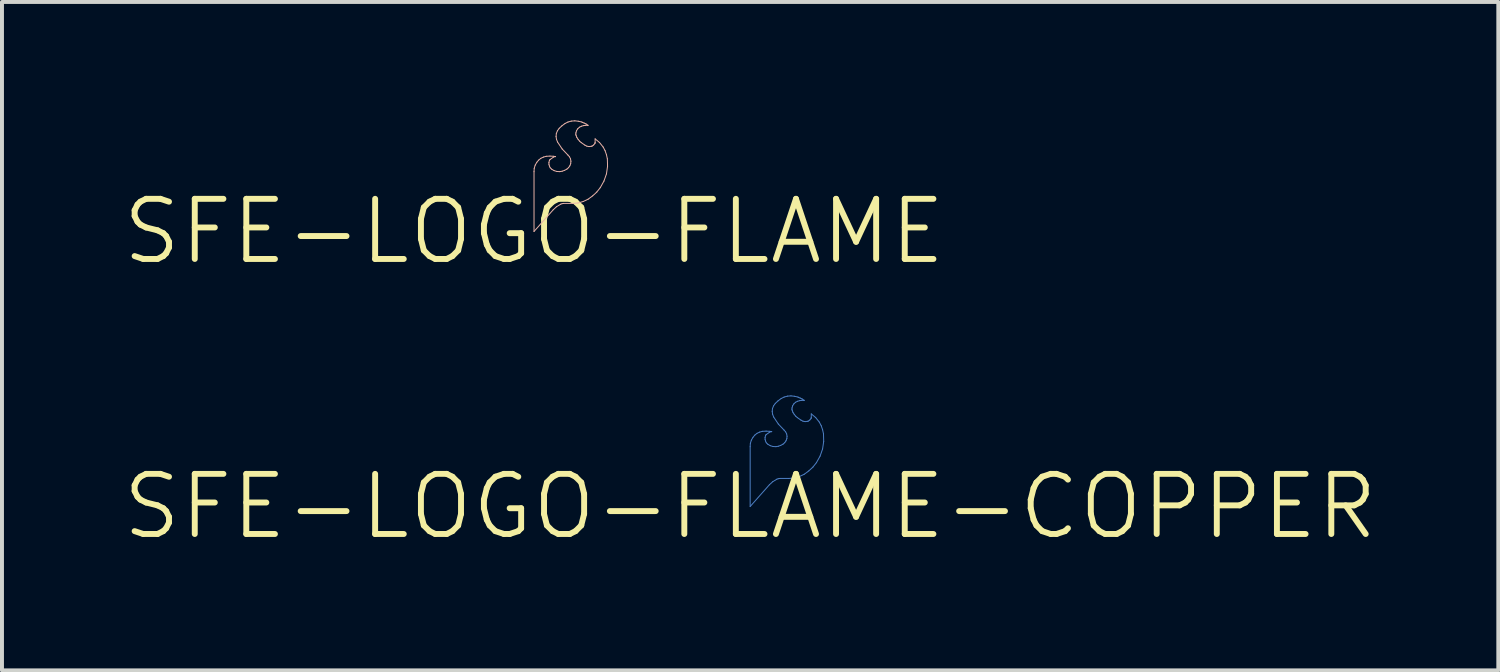
<source format=kicad_pcb>
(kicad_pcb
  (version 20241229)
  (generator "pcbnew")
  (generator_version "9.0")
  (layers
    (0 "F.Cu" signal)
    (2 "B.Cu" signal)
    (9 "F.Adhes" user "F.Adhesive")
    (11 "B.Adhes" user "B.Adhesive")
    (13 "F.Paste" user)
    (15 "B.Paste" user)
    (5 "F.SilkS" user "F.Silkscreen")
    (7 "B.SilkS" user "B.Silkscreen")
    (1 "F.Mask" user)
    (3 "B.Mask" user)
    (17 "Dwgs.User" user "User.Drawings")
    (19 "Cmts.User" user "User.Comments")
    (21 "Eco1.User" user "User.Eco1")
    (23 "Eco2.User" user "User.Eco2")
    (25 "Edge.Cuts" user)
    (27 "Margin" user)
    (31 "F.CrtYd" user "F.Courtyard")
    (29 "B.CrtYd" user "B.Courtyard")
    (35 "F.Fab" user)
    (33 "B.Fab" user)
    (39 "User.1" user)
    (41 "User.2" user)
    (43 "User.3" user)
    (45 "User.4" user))
  (footprint "SFE-LOGO-FLAME"
    (layer "F.Cu")
    (at 10.487 2.817)
    (property "Reference" "SFE-LOGO-FLAME" (at 0 0 0) (layer "F.SilkS") (effects (font (size 1.524 1.524) (thickness 0.15))))
    (attr exclude_from_pos_files exclude_from_bom)
    (fp_line (start 0 -1.516) (end 0 0) (stroke (width 0.025) (type solid)) (layer "B.SilkS"))
    (fp_line (start 0 0) (end 0.488 -0.551) (stroke (width 0.025) (type solid)) (layer "B.SilkS"))
    (fp_line (start 0.005 -1.6) (end 0 -1.516) (stroke (width 0.025) (type solid)) (layer "B.SilkS"))
    (fp_line (start 0.03 -1.681) (end 0.005 -1.6) (stroke (width 0.025) (type solid)) (layer "B.SilkS"))
    (fp_line (start 0.071 -1.753) (end 0.03 -1.681) (stroke (width 0.025) (type solid)) (layer "B.SilkS"))
    (fp_line (start 0.117 -1.808) (end 0.071 -1.753) (stroke (width 0.025) (type solid)) (layer "B.SilkS"))
    (fp_line (start 0.173 -1.854) (end 0.117 -1.808) (stroke (width 0.025) (type solid)) (layer "B.SilkS"))
    (fp_line (start 0.239 -1.885) (end 0.173 -1.854) (stroke (width 0.025) (type solid)) (layer "B.SilkS"))
    (fp_line (start 0.31 -1.905) (end 0.239 -1.885) (stroke (width 0.025) (type solid)) (layer "B.SilkS"))
    (fp_line (start 0.378 -1.75) (end 0.389 -1.796) (stroke (width 0.025) (type solid)) (layer "B.SilkS"))
    (fp_line (start 0.378 -1.704) (end 0.378 -1.75) (stroke (width 0.025) (type solid)) (layer "B.SilkS"))
    (fp_line (start 0.389 -1.796) (end 0.396 -1.811) (stroke (width 0.025) (type solid)) (layer "B.SilkS"))
    (fp_line (start 0.389 -1.661) (end 0.378 -1.704) (stroke (width 0.025) (type solid)) (layer "B.SilkS"))
    (fp_line (start 0.396 -1.811) (end 0.411 -1.826) (stroke (width 0.025) (type solid)) (layer "B.SilkS"))
    (fp_line (start 0.404 -1.91) (end 0.31 -1.905) (stroke (width 0.025) (type solid)) (layer "B.SilkS"))
    (fp_line (start 0.409 -1.615) (end 0.389 -1.661) (stroke (width 0.025) (type solid)) (layer "B.SilkS"))
    (fp_line (start 0.411 -1.826) (end 0.495 -1.885) (stroke (width 0.025) (type solid)) (layer "B.SilkS"))
    (fp_line (start 0.445 -1.58) (end 0.409 -1.615) (stroke (width 0.025) (type solid)) (layer "B.SilkS"))
    (fp_line (start 0.488 -0.551) (end 0.574 -0.63) (stroke (width 0.025) (type solid)) (layer "B.SilkS"))
    (fp_line (start 0.495 -1.885) (end 0.511 -1.895) (stroke (width 0.025) (type solid)) (layer "B.SilkS"))
    (fp_line (start 0.498 -1.905) (end 0.404 -1.91) (stroke (width 0.025) (type solid)) (layer "B.SilkS"))
    (fp_line (start 0.508 -1.542) (end 0.445 -1.58) (stroke (width 0.025) (type solid)) (layer "B.SilkS"))
    (fp_line (start 0.511 -1.895) (end 0.528 -1.897) (stroke (width 0.025) (type solid)) (layer "B.SilkS"))
    (fp_line (start 0.528 -1.897) (end 0.546 -1.897) (stroke (width 0.025) (type solid)) (layer "B.SilkS"))
    (fp_line (start 0.546 -1.897) (end 0.498 -1.905) (stroke (width 0.025) (type solid)) (layer "B.SilkS"))
    (fp_line (start 0.559 -2.408) (end 0.569 -2.337) (stroke (width 0.025) (type solid)) (layer "B.SilkS"))
    (fp_line (start 0.566 -2.484) (end 0.559 -2.408) (stroke (width 0.025) (type solid)) (layer "B.SilkS"))
    (fp_line (start 0.569 -2.337) (end 0.597 -2.266) (stroke (width 0.025) (type solid)) (layer "B.SilkS"))
    (fp_line (start 0.574 -0.63) (end 0.676 -0.691) (stroke (width 0.025) (type solid)) (layer "B.SilkS"))
    (fp_line (start 0.577 -1.521) (end 0.508 -1.542) (stroke (width 0.025) (type solid)) (layer "B.SilkS"))
    (fp_line (start 0.594 -2.553) (end 0.566 -2.484) (stroke (width 0.025) (type solid)) (layer "B.SilkS"))
    (fp_line (start 0.597 -2.266) (end 0.714 -2.09) (stroke (width 0.025) (type solid)) (layer "B.SilkS"))
    (fp_line (start 0.638 -2.614) (end 0.594 -2.553) (stroke (width 0.025) (type solid)) (layer "B.SilkS"))
    (fp_line (start 0.653 -1.516) (end 0.577 -1.521) (stroke (width 0.025) (type solid)) (layer "B.SilkS"))
    (fp_line (start 0.676 -0.691) (end 0.711 -0.704) (stroke (width 0.025) (type solid)) (layer "B.SilkS"))
    (fp_line (start 0.706 -2.677) (end 0.638 -2.614) (stroke (width 0.025) (type solid)) (layer "B.SilkS"))
    (fp_line (start 0.711 -0.704) (end 0.752 -0.711) (stroke (width 0.025) (type solid)) (layer "B.SilkS"))
    (fp_line (start 0.714 -2.09) (end 0.861 -1.935) (stroke (width 0.025) (type solid)) (layer "B.SilkS"))
    (fp_line (start 0.714 -1.527) (end 0.653 -1.516) (stroke (width 0.025) (type solid)) (layer "B.SilkS"))
    (fp_line (start 0.752 -0.711) (end 0.98 -0.711) (stroke (width 0.025) (type solid)) (layer "B.SilkS"))
    (fp_line (start 0.775 -1.549) (end 0.714 -1.527) (stroke (width 0.025) (type solid)) (layer "B.SilkS"))
    (fp_line (start 0.785 -2.736) (end 0.706 -2.677) (stroke (width 0.025) (type solid)) (layer "B.SilkS"))
    (fp_line (start 0.833 -1.58) (end 0.775 -1.549) (stroke (width 0.025) (type solid)) (layer "B.SilkS"))
    (fp_line (start 0.861 -2.774) (end 0.785 -2.736) (stroke (width 0.025) (type solid)) (layer "B.SilkS"))
    (fp_line (start 0.861 -1.935) (end 0.899 -1.892) (stroke (width 0.025) (type solid)) (layer "B.SilkS"))
    (fp_line (start 0.876 -1.618) (end 0.833 -1.58) (stroke (width 0.025) (type solid)) (layer "B.SilkS"))
    (fp_line (start 0.899 -1.892) (end 0.925 -1.839) (stroke (width 0.025) (type solid)) (layer "B.SilkS"))
    (fp_line (start 0.909 -1.666) (end 0.876 -1.618) (stroke (width 0.025) (type solid)) (layer "B.SilkS"))
    (fp_line (start 0.925 -1.839) (end 0.935 -1.781) (stroke (width 0.025) (type solid)) (layer "B.SilkS"))
    (fp_line (start 0.93 -1.722) (end 0.909 -1.666) (stroke (width 0.025) (type solid)) (layer "B.SilkS"))
    (fp_line (start 0.935 -1.781) (end 0.93 -1.722) (stroke (width 0.025) (type solid)) (layer "B.SilkS"))
    (fp_line (start 0.945 -2.797) (end 0.861 -2.774) (stroke (width 0.025) (type solid)) (layer "B.SilkS"))
    (fp_line (start 0.98 -0.711) (end 1.115 -0.721) (stroke (width 0.025) (type solid)) (layer "B.SilkS"))
    (fp_line (start 1.034 -2.804) (end 0.945 -2.797) (stroke (width 0.025) (type solid)) (layer "B.SilkS"))
    (fp_line (start 1.059 -2.464) (end 1.062 -2.499) (stroke (width 0.025) (type solid)) (layer "B.SilkS"))
    (fp_line (start 1.062 -2.499) (end 1.077 -2.553) (stroke (width 0.025) (type solid)) (layer "B.SilkS"))
    (fp_line (start 1.067 -2.431) (end 1.059 -2.464) (stroke (width 0.025) (type solid)) (layer "B.SilkS"))
    (fp_line (start 1.077 -2.553) (end 1.107 -2.601) (stroke (width 0.025) (type solid)) (layer "B.SilkS"))
    (fp_line (start 1.087 -2.38) (end 1.067 -2.431) (stroke (width 0.025) (type solid)) (layer "B.SilkS"))
    (fp_line (start 1.107 -2.601) (end 1.151 -2.642) (stroke (width 0.025) (type solid)) (layer "B.SilkS"))
    (fp_line (start 1.115 -0.721) (end 1.247 -0.759) (stroke (width 0.025) (type solid)) (layer "B.SilkS"))
    (fp_line (start 1.118 -2.334) (end 1.087 -2.38) (stroke (width 0.025) (type solid)) (layer "B.SilkS"))
    (fp_line (start 1.123 -2.794) (end 1.034 -2.804) (stroke (width 0.025) (type solid)) (layer "B.SilkS"))
    (fp_line (start 1.151 -2.642) (end 1.201 -2.667) (stroke (width 0.025) (type solid)) (layer "B.SilkS"))
    (fp_line (start 1.153 -2.291) (end 1.118 -2.334) (stroke (width 0.025) (type solid)) (layer "B.SilkS"))
    (fp_line (start 1.196 -2.253) (end 1.153 -2.291) (stroke (width 0.025) (type solid)) (layer "B.SilkS"))
    (fp_line (start 1.201 -2.667) (end 1.252 -2.682) (stroke (width 0.025) (type solid)) (layer "B.SilkS"))
    (fp_line (start 1.212 -2.774) (end 1.123 -2.794) (stroke (width 0.025) (type solid)) (layer "B.SilkS"))
    (fp_line (start 1.234 -2.761) (end 1.212 -2.774) (stroke (width 0.025) (type solid)) (layer "B.SilkS"))
    (fp_line (start 1.247 -0.759) (end 1.372 -0.818) (stroke (width 0.025) (type solid)) (layer "B.SilkS"))
    (fp_line (start 1.252 -2.682) (end 1.306 -2.69) (stroke (width 0.025) (type solid)) (layer "B.SilkS"))
    (fp_line (start 1.27 -2.748) (end 1.234 -2.761) (stroke (width 0.025) (type solid)) (layer "B.SilkS"))
    (fp_line (start 1.288 -2.189) (end 1.196 -2.253) (stroke (width 0.025) (type solid)) (layer "B.SilkS"))
    (fp_line (start 1.306 -2.69) (end 1.367 -2.69) (stroke (width 0.025) (type solid)) (layer "B.SilkS"))
    (fp_line (start 1.318 -2.725) (end 1.27 -2.748) (stroke (width 0.025) (type solid)) (layer "B.SilkS"))
    (fp_line (start 1.339 -2.162) (end 1.288 -2.189) (stroke (width 0.025) (type solid)) (layer "B.SilkS"))
    (fp_line (start 1.364 -2.692) (end 1.318 -2.725) (stroke (width 0.025) (type solid)) (layer "B.SilkS"))
    (fp_line (start 1.364 -2.69) (end 1.364 -2.692) (stroke (width 0.025) (type solid)) (layer "B.SilkS"))
    (fp_line (start 1.367 -2.69) (end 1.364 -2.69) (stroke (width 0.025) (type solid)) (layer "B.SilkS"))
    (fp_line (start 1.372 -0.818) (end 1.486 -0.902) (stroke (width 0.025) (type solid)) (layer "B.SilkS"))
    (fp_line (start 1.394 -2.151) (end 1.339 -2.162) (stroke (width 0.025) (type solid)) (layer "B.SilkS"))
    (fp_line (start 1.453 -2.159) (end 1.394 -2.151) (stroke (width 0.025) (type solid)) (layer "B.SilkS"))
    (fp_line (start 1.473 -2.164) (end 1.453 -2.159) (stroke (width 0.025) (type solid)) (layer "B.SilkS"))
    (fp_line (start 1.486 -0.902) (end 1.59 -0.998) (stroke (width 0.025) (type solid)) (layer "B.SilkS"))
    (fp_line (start 1.511 -2.192) (end 1.473 -2.164) (stroke (width 0.025) (type solid)) (layer "B.SilkS"))
    (fp_line (start 1.542 -2.228) (end 1.511 -2.192) (stroke (width 0.025) (type solid)) (layer "B.SilkS"))
    (fp_line (start 1.547 -2.243) (end 1.542 -2.228) (stroke (width 0.025) (type solid)) (layer "B.SilkS"))
    (fp_line (start 1.549 -2.347) (end 1.549 -2.258) (stroke (width 0.025) (type solid)) (layer "B.SilkS"))
    (fp_line (start 1.549 -2.258) (end 1.547 -2.243) (stroke (width 0.025) (type solid)) (layer "B.SilkS"))
    (fp_line (start 1.59 -0.998) (end 1.679 -1.11) (stroke (width 0.025) (type solid)) (layer "B.SilkS"))
    (fp_line (start 1.661 -2.253) (end 1.549 -2.347) (stroke (width 0.025) (type solid)) (layer "B.SilkS"))
    (fp_line (start 1.679 -1.11) (end 1.773 -1.278) (stroke (width 0.025) (type solid)) (layer "B.SilkS"))
    (fp_line (start 1.753 -2.139) (end 1.661 -2.253) (stroke (width 0.025) (type solid)) (layer "B.SilkS"))
    (fp_line (start 1.773 -1.278) (end 1.836 -1.458) (stroke (width 0.025) (type solid)) (layer "B.SilkS"))
    (fp_line (start 1.801 -2.047) (end 1.753 -2.139) (stroke (width 0.025) (type solid)) (layer "B.SilkS"))
    (fp_line (start 1.836 -1.946) (end 1.801 -2.047) (stroke (width 0.025) (type solid)) (layer "B.SilkS"))
    (fp_line (start 1.836 -1.458) (end 1.864 -1.651) (stroke (width 0.025) (type solid)) (layer "B.SilkS"))
    (fp_line (start 1.859 -1.841) (end 1.836 -1.946) (stroke (width 0.025) (type solid)) (layer "B.SilkS"))
    (fp_line (start 1.864 -1.651) (end 1.859 -1.841) (stroke (width 0.025) (type solid)) (layer "B.SilkS")))
  (footprint "SFE-LOGO-FLAME-COPPER"
    (layer "F.Cu")
    (at 15.966 9.789)
    (property "Reference" "SFE-LOGO-FLAME-COPPER" (at 0 0 0) (layer "F.SilkS") (effects (font (size 1.524 1.524) (thickness 0.15))))
    (attr exclude_from_pos_files exclude_from_bom)
    (fp_line (start 0 -1.516) (end 0 0) (stroke (width 0.025) (type solid)) (layer "B.Cu"))
    (fp_line (start 0 0) (end 0.488 -0.551) (stroke (width 0.025) (type solid)) (layer "B.Cu"))
    (fp_line (start 0.005 -1.6) (end 0 -1.516) (stroke (width 0.025) (type solid)) (layer "B.Cu"))
    (fp_line (start 0.03 -1.681) (end 0.005 -1.6) (stroke (width 0.025) (type solid)) (layer "B.Cu"))
    (fp_line (start 0.071 -1.753) (end 0.03 -1.681) (stroke (width 0.025) (type solid)) (layer "B.Cu"))
    (fp_line (start 0.117 -1.808) (end 0.071 -1.753) (stroke (width 0.025) (type solid)) (layer "B.Cu"))
    (fp_line (start 0.173 -1.854) (end 0.117 -1.808) (stroke (width 0.025) (type solid)) (layer "B.Cu"))
    (fp_line (start 0.239 -1.885) (end 0.173 -1.854) (stroke (width 0.025) (type solid)) (layer "B.Cu"))
    (fp_line (start 0.31 -1.905) (end 0.239 -1.885) (stroke (width 0.025) (type solid)) (layer "B.Cu"))
    (fp_line (start 0.378 -1.75) (end 0.389 -1.796) (stroke (width 0.025) (type solid)) (layer "B.Cu"))
    (fp_line (start 0.378 -1.704) (end 0.378 -1.75) (stroke (width 0.025) (type solid)) (layer "B.Cu"))
    (fp_line (start 0.389 -1.796) (end 0.396 -1.811) (stroke (width 0.025) (type solid)) (layer "B.Cu"))
    (fp_line (start 0.389 -1.661) (end 0.378 -1.704) (stroke (width 0.025) (type solid)) (layer "B.Cu"))
    (fp_line (start 0.396 -1.811) (end 0.411 -1.826) (stroke (width 0.025) (type solid)) (layer "B.Cu"))
    (fp_line (start 0.404 -1.91) (end 0.31 -1.905) (stroke (width 0.025) (type solid)) (layer "B.Cu"))
    (fp_line (start 0.409 -1.615) (end 0.389 -1.661) (stroke (width 0.025) (type solid)) (layer "B.Cu"))
    (fp_line (start 0.411 -1.826) (end 0.495 -1.885) (stroke (width 0.025) (type solid)) (layer "B.Cu"))
    (fp_line (start 0.445 -1.58) (end 0.409 -1.615) (stroke (width 0.025) (type solid)) (layer "B.Cu"))
    (fp_line (start 0.488 -0.551) (end 0.574 -0.63) (stroke (width 0.025) (type solid)) (layer "B.Cu"))
    (fp_line (start 0.495 -1.885) (end 0.511 -1.895) (stroke (width 0.025) (type solid)) (layer "B.Cu"))
    (fp_line (start 0.498 -1.905) (end 0.404 -1.91) (stroke (width 0.025) (type solid)) (layer "B.Cu"))
    (fp_line (start 0.508 -1.542) (end 0.445 -1.58) (stroke (width 0.025) (type solid)) (layer "B.Cu"))
    (fp_line (start 0.511 -1.895) (end 0.528 -1.897) (stroke (width 0.025) (type solid)) (layer "B.Cu"))
    (fp_line (start 0.528 -1.897) (end 0.546 -1.897) (stroke (width 0.025) (type solid)) (layer "B.Cu"))
    (fp_line (start 0.546 -1.897) (end 0.498 -1.905) (stroke (width 0.025) (type solid)) (layer "B.Cu"))
    (fp_line (start 0.559 -2.408) (end 0.569 -2.337) (stroke (width 0.025) (type solid)) (layer "B.Cu"))
    (fp_line (start 0.566 -2.484) (end 0.559 -2.408) (stroke (width 0.025) (type solid)) (layer "B.Cu"))
    (fp_line (start 0.569 -2.337) (end 0.597 -2.266) (stroke (width 0.025) (type solid)) (layer "B.Cu"))
    (fp_line (start 0.574 -0.63) (end 0.676 -0.691) (stroke (width 0.025) (type solid)) (layer "B.Cu"))
    (fp_line (start 0.577 -1.521) (end 0.508 -1.542) (stroke (width 0.025) (type solid)) (layer "B.Cu"))
    (fp_line (start 0.594 -2.553) (end 0.566 -2.484) (stroke (width 0.025) (type solid)) (layer "B.Cu"))
    (fp_line (start 0.597 -2.266) (end 0.714 -2.09) (stroke (width 0.025) (type solid)) (layer "B.Cu"))
    (fp_line (start 0.638 -2.614) (end 0.594 -2.553) (stroke (width 0.025) (type solid)) (layer "B.Cu"))
    (fp_line (start 0.653 -1.516) (end 0.577 -1.521) (stroke (width 0.025) (type solid)) (layer "B.Cu"))
    (fp_line (start 0.676 -0.691) (end 0.711 -0.704) (stroke (width 0.025) (type solid)) (layer "B.Cu"))
    (fp_line (start 0.706 -2.677) (end 0.638 -2.614) (stroke (width 0.025) (type solid)) (layer "B.Cu"))
    (fp_line (start 0.711 -0.704) (end 0.752 -0.711) (stroke (width 0.025) (type solid)) (layer "B.Cu"))
    (fp_line (start 0.714 -2.09) (end 0.861 -1.935) (stroke (width 0.025) (type solid)) (layer "B.Cu"))
    (fp_line (start 0.714 -1.527) (end 0.653 -1.516) (stroke (width 0.025) (type solid)) (layer "B.Cu"))
    (fp_line (start 0.752 -0.711) (end 0.98 -0.711) (stroke (width 0.025) (type solid)) (layer "B.Cu"))
    (fp_line (start 0.775 -1.549) (end 0.714 -1.527) (stroke (width 0.025) (type solid)) (layer "B.Cu"))
    (fp_line (start 0.785 -2.736) (end 0.706 -2.677) (stroke (width 0.025) (type solid)) (layer "B.Cu"))
    (fp_line (start 0.833 -1.58) (end 0.775 -1.549) (stroke (width 0.025) (type solid)) (layer "B.Cu"))
    (fp_line (start 0.861 -2.774) (end 0.785 -2.736) (stroke (width 0.025) (type solid)) (layer "B.Cu"))
    (fp_line (start 0.861 -1.935) (end 0.899 -1.892) (stroke (width 0.025) (type solid)) (layer "B.Cu"))
    (fp_line (start 0.876 -1.618) (end 0.833 -1.58) (stroke (width 0.025) (type solid)) (layer "B.Cu"))
    (fp_line (start 0.899 -1.892) (end 0.925 -1.839) (stroke (width 0.025) (type solid)) (layer "B.Cu"))
    (fp_line (start 0.909 -1.666) (end 0.876 -1.618) (stroke (width 0.025) (type solid)) (layer "B.Cu"))
    (fp_line (start 0.925 -1.839) (end 0.935 -1.781) (stroke (width 0.025) (type solid)) (layer "B.Cu"))
    (fp_line (start 0.93 -1.722) (end 0.909 -1.666) (stroke (width 0.025) (type solid)) (layer "B.Cu"))
    (fp_line (start 0.935 -1.781) (end 0.93 -1.722) (stroke (width 0.025) (type solid)) (layer "B.Cu"))
    (fp_line (start 0.945 -2.797) (end 0.861 -2.774) (stroke (width 0.025) (type solid)) (layer "B.Cu"))
    (fp_line (start 0.98 -0.711) (end 1.115 -0.721) (stroke (width 0.025) (type solid)) (layer "B.Cu"))
    (fp_line (start 1.034 -2.804) (end 0.945 -2.797) (stroke (width 0.025) (type solid)) (layer "B.Cu"))
    (fp_line (start 1.059 -2.464) (end 1.062 -2.499) (stroke (width 0.025) (type solid)) (layer "B.Cu"))
    (fp_line (start 1.062 -2.499) (end 1.077 -2.553) (stroke (width 0.025) (type solid)) (layer "B.Cu"))
    (fp_line (start 1.067 -2.431) (end 1.059 -2.464) (stroke (width 0.025) (type solid)) (layer "B.Cu"))
    (fp_line (start 1.077 -2.553) (end 1.107 -2.601) (stroke (width 0.025) (type solid)) (layer "B.Cu"))
    (fp_line (start 1.087 -2.38) (end 1.067 -2.431) (stroke (width 0.025) (type solid)) (layer "B.Cu"))
    (fp_line (start 1.107 -2.601) (end 1.151 -2.642) (stroke (width 0.025) (type solid)) (layer "B.Cu"))
    (fp_line (start 1.115 -0.721) (end 1.247 -0.759) (stroke (width 0.025) (type solid)) (layer "B.Cu"))
    (fp_line (start 1.118 -2.334) (end 1.087 -2.38) (stroke (width 0.025) (type solid)) (layer "B.Cu"))
    (fp_line (start 1.123 -2.794) (end 1.034 -2.804) (stroke (width 0.025) (type solid)) (layer "B.Cu"))
    (fp_line (start 1.151 -2.642) (end 1.201 -2.667) (stroke (width 0.025) (type solid)) (layer "B.Cu"))
    (fp_line (start 1.153 -2.291) (end 1.118 -2.334) (stroke (width 0.025) (type solid)) (layer "B.Cu"))
    (fp_line (start 1.196 -2.253) (end 1.153 -2.291) (stroke (width 0.025) (type solid)) (layer "B.Cu"))
    (fp_line (start 1.201 -2.667) (end 1.252 -2.682) (stroke (width 0.025) (type solid)) (layer "B.Cu"))
    (fp_line (start 1.212 -2.774) (end 1.123 -2.794) (stroke (width 0.025) (type solid)) (layer "B.Cu"))
    (fp_line (start 1.234 -2.761) (end 1.212 -2.774) (stroke (width 0.025) (type solid)) (layer "B.Cu"))
    (fp_line (start 1.247 -0.759) (end 1.372 -0.818) (stroke (width 0.025) (type solid)) (layer "B.Cu"))
    (fp_line (start 1.252 -2.682) (end 1.306 -2.69) (stroke (width 0.025) (type solid)) (layer "B.Cu"))
    (fp_line (start 1.27 -2.748) (end 1.234 -2.761) (stroke (width 0.025) (type solid)) (layer "B.Cu"))
    (fp_line (start 1.288 -2.189) (end 1.196 -2.253) (stroke (width 0.025) (type solid)) (layer "B.Cu"))
    (fp_line (start 1.306 -2.69) (end 1.367 -2.69) (stroke (width 0.025) (type solid)) (layer "B.Cu"))
    (fp_line (start 1.318 -2.725) (end 1.27 -2.748) (stroke (width 0.025) (type solid)) (layer "B.Cu"))
    (fp_line (start 1.339 -2.162) (end 1.288 -2.189) (stroke (width 0.025) (type solid)) (layer "B.Cu"))
    (fp_line (start 1.364 -2.692) (end 1.318 -2.725) (stroke (width 0.025) (type solid)) (layer "B.Cu"))
    (fp_line (start 1.364 -2.69) (end 1.364 -2.692) (stroke (width 0.025) (type solid)) (layer "B.Cu"))
    (fp_line (start 1.367 -2.69) (end 1.364 -2.69) (stroke (width 0.025) (type solid)) (layer "B.Cu"))
    (fp_line (start 1.372 -0.818) (end 1.486 -0.902) (stroke (width 0.025) (type solid)) (layer "B.Cu"))
    (fp_line (start 1.394 -2.151) (end 1.339 -2.162) (stroke (width 0.025) (type solid)) (layer "B.Cu"))
    (fp_line (start 1.453 -2.159) (end 1.394 -2.151) (stroke (width 0.025) (type solid)) (layer "B.Cu"))
    (fp_line (start 1.473 -2.164) (end 1.453 -2.159) (stroke (width 0.025) (type solid)) (layer "B.Cu"))
    (fp_line (start 1.486 -0.902) (end 1.59 -0.998) (stroke (width 0.025) (type solid)) (layer "B.Cu"))
    (fp_line (start 1.511 -2.192) (end 1.473 -2.164) (stroke (width 0.025) (type solid)) (layer "B.Cu"))
    (fp_line (start 1.542 -2.228) (end 1.511 -2.192) (stroke (width 0.025) (type solid)) (layer "B.Cu"))
    (fp_line (start 1.547 -2.243) (end 1.542 -2.228) (stroke (width 0.025) (type solid)) (layer "B.Cu"))
    (fp_line (start 1.549 -2.347) (end 1.549 -2.258) (stroke (width 0.025) (type solid)) (layer "B.Cu"))
    (fp_line (start 1.549 -2.258) (end 1.547 -2.243) (stroke (width 0.025) (type solid)) (layer "B.Cu"))
    (fp_line (start 1.59 -0.998) (end 1.679 -1.11) (stroke (width 0.025) (type solid)) (layer "B.Cu"))
    (fp_line (start 1.661 -2.253) (end 1.549 -2.347) (stroke (width 0.025) (type solid)) (layer "B.Cu"))
    (fp_line (start 1.679 -1.11) (end 1.773 -1.278) (stroke (width 0.025) (type solid)) (layer "B.Cu"))
    (fp_line (start 1.753 -2.139) (end 1.661 -2.253) (stroke (width 0.025) (type solid)) (layer "B.Cu"))
    (fp_line (start 1.773 -1.278) (end 1.836 -1.458) (stroke (width 0.025) (type solid)) (layer "B.Cu"))
    (fp_line (start 1.801 -2.047) (end 1.753 -2.139) (stroke (width 0.025) (type solid)) (layer "B.Cu"))
    (fp_line (start 1.836 -1.946) (end 1.801 -2.047) (stroke (width 0.025) (type solid)) (layer "B.Cu"))
    (fp_line (start 1.836 -1.458) (end 1.864 -1.651) (stroke (width 0.025) (type solid)) (layer "B.Cu"))
    (fp_line (start 1.859 -1.841) (end 1.836 -1.946) (stroke (width 0.025) (type solid)) (layer "B.Cu"))
    (fp_line (start 1.864 -1.651) (end 1.859 -1.841) (stroke (width 0.025) (type solid)) (layer "B.Cu")))
  (gr_rect
    (start -3 -3)
    (end 34.931 13.943)
    (stroke (width 0.1) (type default))
    (fill no)
    (layer "Edge.Cuts")))
</source>
